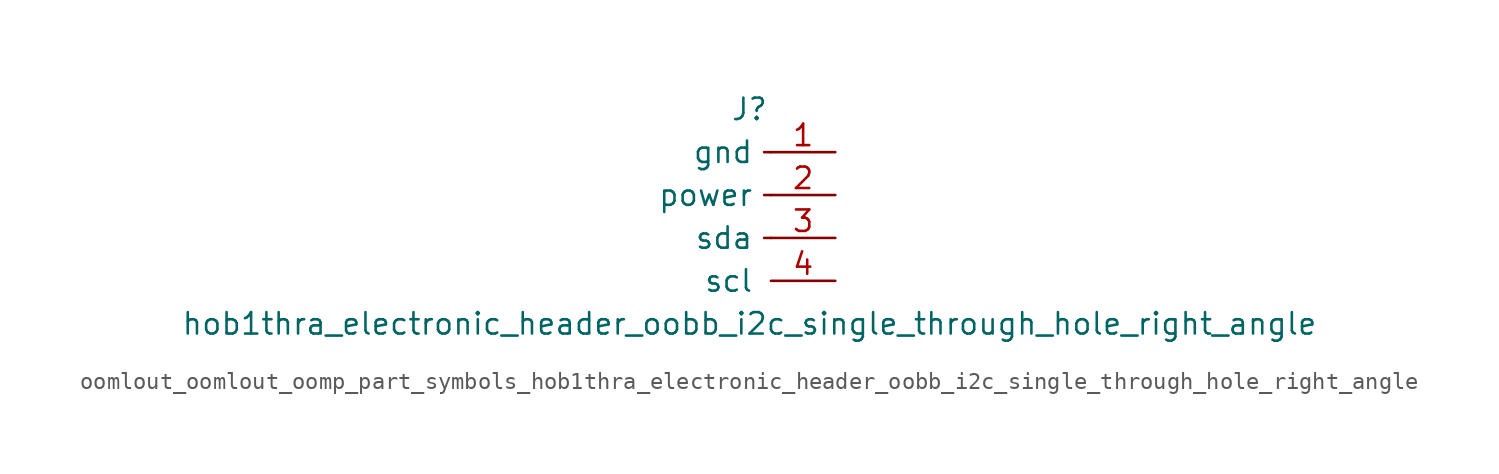
<source format=kicad_sym>
(kicad_symbol_lib
  (version 20220914)
  (generator kicad_symbol_editor)
  (symbol "oomlout_oomlout_oomp_part_symbols_hob1thra_electronic_header_oobb_i2c_single_through_hole_right_angle"
    (pin_names
      (offset 1.016))
    (property "Reference" "J"
      (at 0 5.08 0)
      (effects (font (size 1.27 1.27))))
    (property "Value" "hob1thra_electronic_header_oobb_i2c_single_through_hole_right_angle"
      (at 0 -7.62 0)
      (effects (font (size 1.27 1.27))))
    (symbol "oomlout_oomlout_oomp_part_symbols_hob1thra_electronic_header_oobb_i2c_single_through_hole_right_angle_0_0"
      (text "" (at 2.54 -2.54 0) (effects (font (size 1.27 1.27)))))
    (symbol "oomlout_oomlout_oomp_part_symbols_hob1thra_electronic_header_oobb_i2c_single_through_hole_right_angle_1_1"
      (polyline (pts (xy 1.27 -2.54) (xy 0.864 -2.54)) (stroke (width 0.152) (type default)) (fill (type none)))
      (polyline (pts (xy 1.27 0) (xy 0.864 0)) (stroke (width 0.152) (type default)) (fill (type none)))
      (polyline (pts (xy 1.27 2.54) (xy 0.864 2.54)) (stroke (width 0.152) (type default)) (fill (type none)))
      (pin passive line (at 5.08 2.54 180) (length 3.81) (name "gnd" (effects (font (size 1.27 1.27)))) (number "1" (effects (font (size 1.27 1.27)))))
      (pin passive line (at 5.08 0 180) (length 3.81) (name "power" (effects (font (size 1.27 1.27)))) (number "2" (effects (font (size 1.27 1.27)))))
      (pin passive line (at 5.08 -2.54 180) (length 3.81) (name "sda" (effects (font (size 1.27 1.27)))) (number "3" (effects (font (size 1.27 1.27)))))
      (pin passive line (at 5.08 -5.08 180) (length 3.81) (name "scl" (effects (font (size 1.27 1.27)))) (number "4" (effects (font (size 1.27 1.27))))))))
</source>
